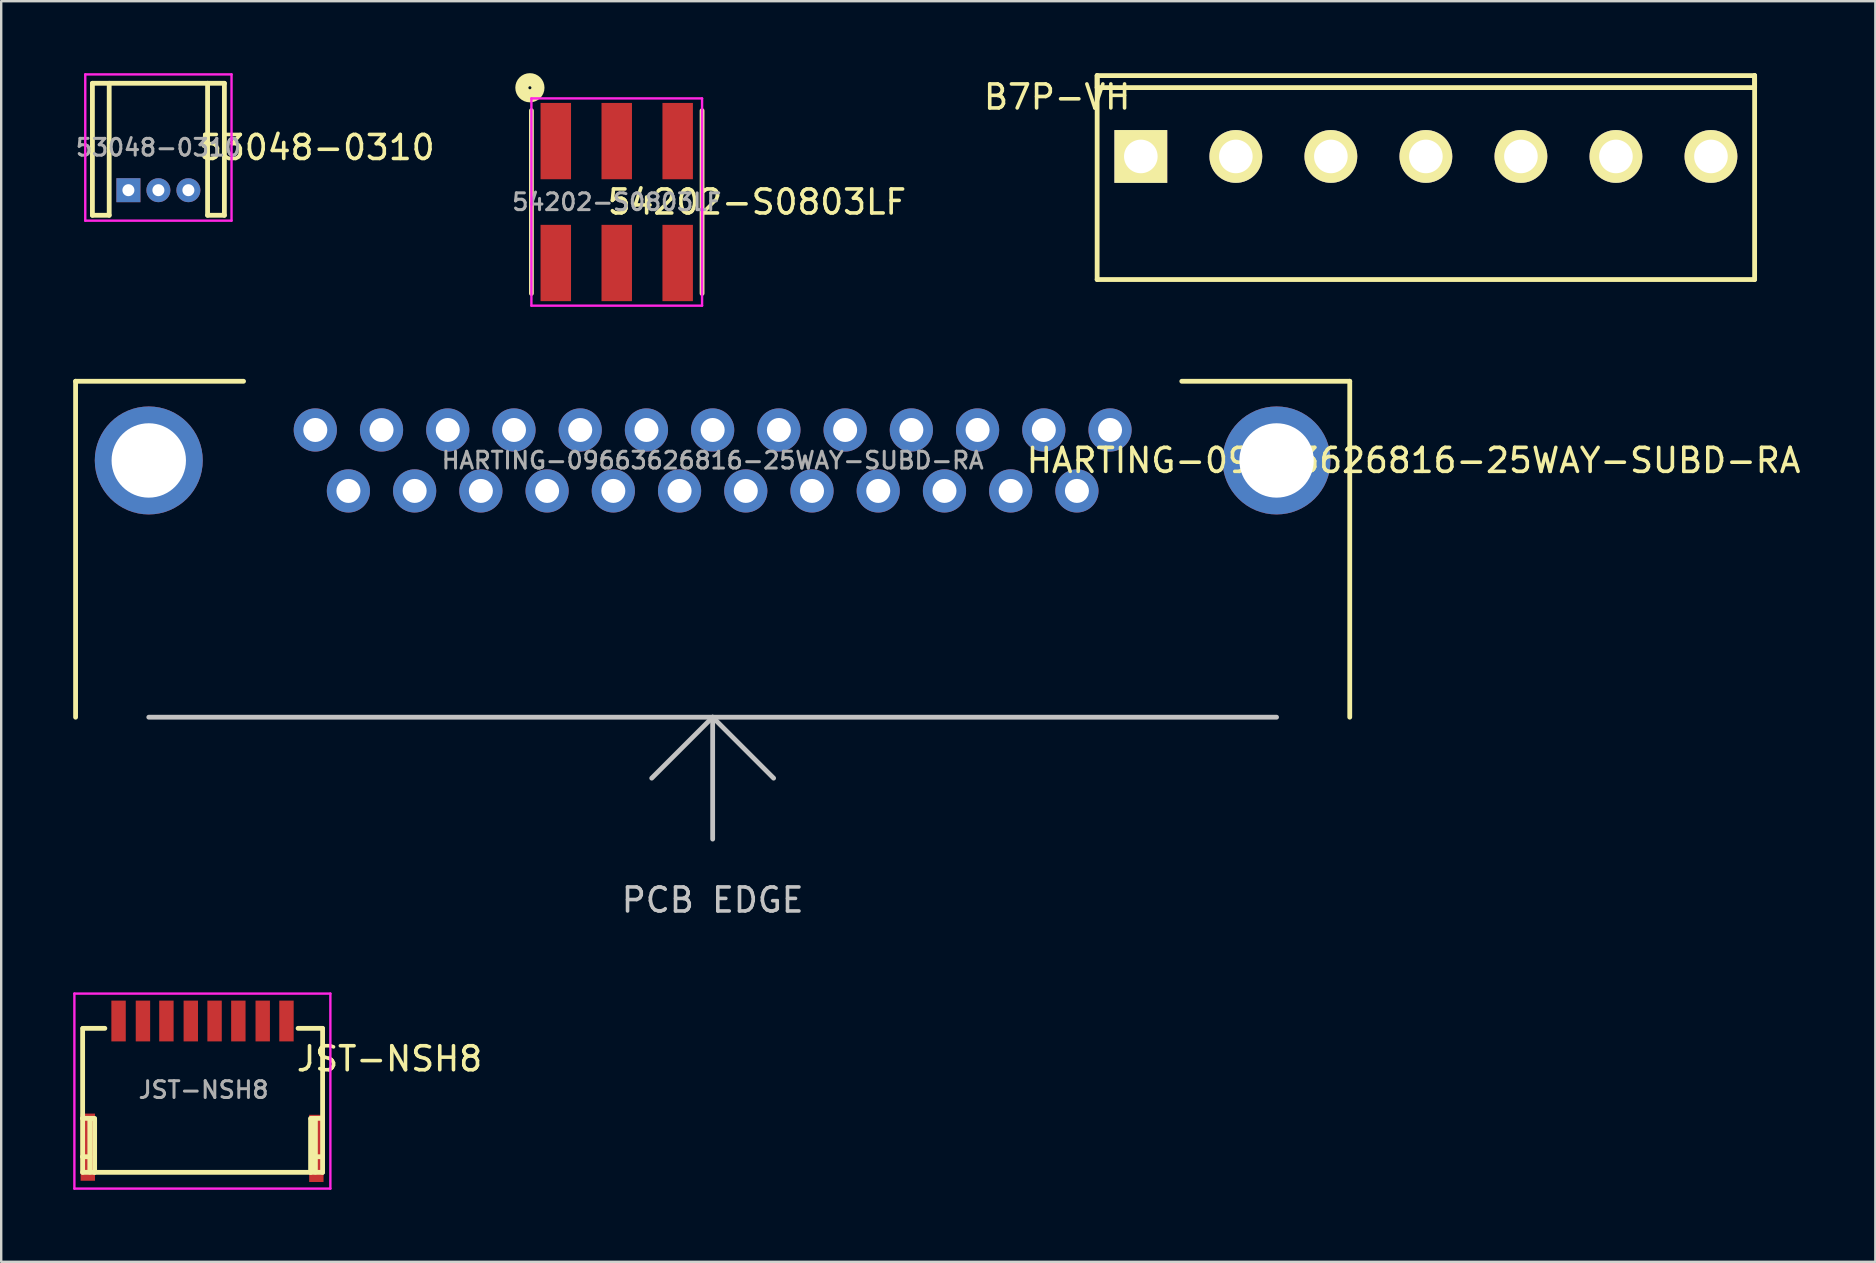
<source format=kicad_pcb>
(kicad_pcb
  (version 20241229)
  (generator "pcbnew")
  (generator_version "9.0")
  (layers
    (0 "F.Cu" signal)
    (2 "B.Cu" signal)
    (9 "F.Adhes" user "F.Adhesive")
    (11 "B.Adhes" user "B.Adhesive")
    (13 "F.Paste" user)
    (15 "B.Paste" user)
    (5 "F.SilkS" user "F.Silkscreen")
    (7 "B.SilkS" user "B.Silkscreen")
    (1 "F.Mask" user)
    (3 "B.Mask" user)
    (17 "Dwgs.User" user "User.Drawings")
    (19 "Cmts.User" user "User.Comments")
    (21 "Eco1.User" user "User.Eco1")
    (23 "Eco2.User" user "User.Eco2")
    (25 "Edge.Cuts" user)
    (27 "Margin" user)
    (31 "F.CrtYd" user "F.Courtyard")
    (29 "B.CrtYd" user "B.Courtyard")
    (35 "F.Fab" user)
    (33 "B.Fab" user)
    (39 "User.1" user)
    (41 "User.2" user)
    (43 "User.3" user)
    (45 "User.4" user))
  (footprint "HARTING-09663626816-25WAY-SUBD-RA"
    (layer "F.Cu")
    (at 26.65 16.139)
    (property "Reference" "HARTING-09663626816-25WAY-SUBD-RA" (at 29.21 0 0) (layer "F.SilkS") (effects (font (size 1 1) (thickness 0.15))))
    (attr through_hole)
    (fp_line (start -26.55 -3.3) (end -19.55 -3.3) (stroke (width 0.2) (type solid)) (layer "F.SilkS"))
    (fp_line (start -26.55 10.7) (end -26.55 -3.3) (stroke (width 0.2) (type solid)) (layer "F.SilkS"))
    (fp_line (start 26.55 -3.3) (end 19.55 -3.3) (stroke (width 0.2) (type solid)) (layer "F.SilkS"))
    (fp_line (start 26.55 10.7) (end 26.55 -3.3) (stroke (width 0.2) (type solid)) (layer "F.SilkS"))
    (fp_line (start 0 10.7) (end -2.54 13.24) (stroke (width 0.2) (type solid)) (layer "Dwgs.User"))
    (fp_line (start 0 10.7) (end 0 15.78) (stroke (width 0.2) (type solid)) (layer "Dwgs.User"))
    (fp_line (start 0 10.7) (end 2.54 13.24) (stroke (width 0.2) (type solid)) (layer "Dwgs.User"))
    (fp_line (start 23.5 10.7) (end -23.5 10.7) (stroke (width 0.2) (type solid)) (layer "Dwgs.User"))
    (fp_text user "PCB EDGE" (at 0 18.32 0) (layer "Dwgs.User") (effects (font (size 1 1) (thickness 0.15))))
    (fp_text user "${REFERENCE}" (at 0 0 0) (layer "F.Fab") (effects (font (size 0.7 0.7) (thickness 0.125))))
    (pad "1" thru_hole circle (at -16.56 -1.27) (size 1.8 1.8) (drill 1) (layers "*.Cu" "*.Mask"))
    (pad "2" thru_hole circle (at -13.8 -1.27) (size 1.8 1.8) (drill 1) (layers "*.Cu" "*.Mask"))
    (pad "3" thru_hole circle (at -11.04 -1.27) (size 1.8 1.8) (drill 1) (layers "*.Cu" "*.Mask"))
    (pad "4" thru_hole circle (at -8.28 -1.27) (size 1.8 1.8) (drill 1) (layers "*.Cu" "*.Mask"))
    (pad "5" thru_hole circle (at -5.52 -1.27) (size 1.8 1.8) (drill 1) (layers "*.Cu" "*.Mask"))
    (pad "6" thru_hole circle (at -2.76 -1.27) (size 1.8 1.8) (drill 1) (layers "*.Cu" "*.Mask"))
    (pad "7" thru_hole circle (at 0 -1.27) (size 1.8 1.8) (drill 1) (layers "*.Cu" "*.Mask"))
    (pad "8" thru_hole circle (at 2.76 -1.27) (size 1.8 1.8) (drill 1) (layers "*.Cu" "*.Mask"))
    (pad "9" thru_hole circle (at 5.52 -1.27) (size 1.8 1.8) (drill 1) (layers "*.Cu" "*.Mask"))
    (pad "10" thru_hole circle (at 8.28 -1.27) (size 1.8 1.8) (drill 1) (layers "*.Cu" "*.Mask"))
    (pad "11" thru_hole circle (at 11.04 -1.27) (size 1.8 1.8) (drill 1) (layers "*.Cu" "*.Mask"))
    (pad "12" thru_hole circle (at 13.8 -1.27) (size 1.8 1.8) (drill 1) (layers "*.Cu" "*.Mask"))
    (pad "13" thru_hole circle (at 16.56 -1.27) (size 1.8 1.8) (drill 1) (layers "*.Cu" "*.Mask"))
    (pad "14" thru_hole circle (at -15.18 1.27) (size 1.8 1.8) (drill 1) (layers "*.Cu" "*.Mask"))
    (pad "15" thru_hole circle (at -12.42 1.27) (size 1.8 1.8) (drill 1) (layers "*.Cu" "*.Mask"))
    (pad "16" thru_hole circle (at -9.66 1.27) (size 1.8 1.8) (drill 1) (layers "*.Cu" "*.Mask"))
    (pad "17" thru_hole circle (at -6.9 1.27) (size 1.8 1.8) (drill 1) (layers "*.Cu" "*.Mask"))
    (pad "18" thru_hole circle (at -4.14 1.27) (size 1.8 1.8) (drill 1) (layers "*.Cu" "*.Mask"))
    (pad "19" thru_hole circle (at -1.38 1.27) (size 1.8 1.8) (drill 1) (layers "*.Cu" "*.Mask"))
    (pad "20" thru_hole circle (at 1.38 1.27) (size 1.8 1.8) (drill 1) (layers "*.Cu" "*.Mask"))
    (pad "21" thru_hole circle (at 4.14 1.27) (size 1.8 1.8) (drill 1) (layers "*.Cu" "*.Mask"))
    (pad "22" thru_hole circle (at 6.9 1.27) (size 1.8 1.8) (drill 1) (layers "*.Cu" "*.Mask"))
    (pad "23" thru_hole circle (at 9.66 1.27) (size 1.8 1.8) (drill 1) (layers "*.Cu" "*.Mask"))
    (pad "24" thru_hole circle (at 12.42 1.27) (size 1.8 1.8) (drill 1) (layers "*.Cu" "*.Mask"))
    (pad "25" thru_hole circle (at 15.18 1.27) (size 1.8 1.8) (drill 1) (layers "*.Cu" "*.Mask"))
    (pad "26" thru_hole circle (at -23.5 0) (size 4.5 4.5) (drill 3.1) (layers "*.Cu" "*.Mask"))
    (pad "27" thru_hole circle (at 23.5 0) (size 4.5 4.5) (drill 3.1) (layers "*.Cu" "*.Mask")))
  (footprint "B7P-VH"
    (layer "F.Cu")
    (at 56.373 3.47)
    (property "Reference" "B7P-VH" (at -15.367 -2.477 0) (layer "F.SilkS") (effects (font (size 1 1) (thickness 0.15))))
    (attr through_hole)
    (fp_line (start -13.7 -3.37) (end -13.7 -2.87) (stroke (width 0.2) (type solid)) (layer "F.SilkS"))
    (fp_line (start -13.7 -3.37) (end -13.7 5.13) (stroke (width 0.2) (type solid)) (layer "F.SilkS"))
    (fp_line (start -13.7 -3.37) (end 13.7 -3.37) (stroke (width 0.2) (type solid)) (layer "F.SilkS"))
    (fp_line (start -13.7 -2.87) (end 13.7 -2.87) (stroke (width 0.2) (type solid)) (layer "F.SilkS"))
    (fp_line (start -13.7 5.13) (end 13.7 5.13) (stroke (width 0.2) (type solid)) (layer "F.SilkS"))
    (fp_line (start 13.7 -2.87) (end 13.7 -3.37) (stroke (width 0.2) (type solid)) (layer "F.SilkS"))
    (fp_line (start 13.7 5.13) (end 13.7 -3.37) (stroke (width 0.2) (type solid)) (layer "F.SilkS"))
    (pad "1" thru_hole rect (at -11.88 0) (size 2.2 2.2) (drill 1.4) (layers "*.Cu" "*.Mask" "F.SilkS"))
    (pad "2" thru_hole circle (at -7.92 0) (size 2.2 2.2) (drill 1.4) (layers "*.Cu" "*.Mask" "F.SilkS"))
    (pad "3" thru_hole circle (at -3.96 0) (size 2.2 2.2) (drill 1.4) (layers "*.Cu" "*.Mask" "F.SilkS"))
    (pad "4" thru_hole circle (at 0 0) (size 2.2 2.2) (drill 1.4) (layers "*.Cu" "*.Mask" "F.SilkS"))
    (pad "5" thru_hole circle (at 3.96 0) (size 2.2 2.2) (drill 1.4) (layers "*.Cu" "*.Mask" "F.SilkS"))
    (pad "6" thru_hole circle (at 7.92 0) (size 2.2 2.2) (drill 1.4) (layers "*.Cu" "*.Mask" "F.SilkS"))
    (pad "7" thru_hole circle (at 11.88 0) (size 2.2 2.2) (drill 1.4) (layers "*.Cu" "*.Mask" "F.SilkS")))
  (footprint "53048-0310"
    (layer "F.Cu")
    (at 3.551 4.876)
    (property "Reference" "53048-0310" (at 6.604 -1.778 0) (layer "F.SilkS") (effects (font (size 1 1) (thickness 0.15))))
    (attr through_hole)
    (fp_line (start -2.75 -4.455) (end -2.05 -4.455) (stroke (width 0.2) (type solid)) (layer "F.SilkS"))
    (fp_line (start -2.75 1.045) (end -2.75 -4.455) (stroke (width 0.2) (type solid)) (layer "F.SilkS"))
    (fp_line (start -2.75 1.045) (end -2.05 1.045) (stroke (width 0.2) (type solid)) (layer "F.SilkS"))
    (fp_line (start -2.05 1.045) (end -2.05 -4.455) (stroke (width 0.2) (type solid)) (layer "F.SilkS"))
    (fp_line (start 2.05 -4.455) (end -2.05 -4.455) (stroke (width 0.2) (type solid)) (layer "F.SilkS"))
    (fp_line (start 2.05 -4.455) (end 2.75 -4.455) (stroke (width 0.2) (type solid)) (layer "F.SilkS"))
    (fp_line (start 2.05 1.045) (end 2.05 -4.455) (stroke (width 0.2) (type solid)) (layer "F.SilkS"))
    (fp_line (start 2.05 1.045) (end 2.75 1.045) (stroke (width 0.2) (type solid)) (layer "F.SilkS"))
    (fp_line (start 2.75 1.045) (end 2.75 -4.455) (stroke (width 0.2) (type solid)) (layer "F.SilkS"))
    (fp_line (start -3.048 -4.826) (end -3.048 1.27) (stroke (width 0.1) (type solid)) (layer "F.CrtYd"))
    (fp_line (start -3.048 1.27) (end 3.048 1.27) (stroke (width 0.1) (type solid)) (layer "F.CrtYd"))
    (fp_line (start 3.048 -4.826) (end -3.048 -4.826) (stroke (width 0.1) (type solid)) (layer "F.CrtYd"))
    (fp_line (start 3.048 1.27) (end 3.048 -4.826) (stroke (width 0.1) (type solid)) (layer "F.CrtYd"))
    (fp_text user "${REFERENCE}" (at 0 -1.778 0) (layer "F.Fab") (effects (font (size 0.7 0.7) (thickness 0.125))))
    (pad "1" thru_hole rect (at -1.25 0) (size 1 1) (drill 0.5) (layers "*.Cu" "*.Mask"))
    (pad "2" thru_hole circle (at 0 0) (size 1 1) (drill 0.5) (layers "*.Cu" "*.Mask"))
    (pad "3" thru_hole circle (at 1.25 0) (size 1 1) (drill 0.5) (layers "*.Cu" "*.Mask")))
  (footprint "54202-S0803LF"
    (layer "F.Cu")
    (at 22.652 5.37)
    (property "Reference" "54202-S0803LF" (at 5.842 0 0) (layer "F.SilkS") (effects (font (size 1 1) (thickness 0.15))))
    (attr through_hole)
    (fp_line (start -3.556 -3.81) (end -3.556 3.81) (stroke (width 0.2) (type solid)) (layer "F.SilkS"))
    (fp_line (start 3.556 -3.81) (end 3.556 3.81) (stroke (width 0.2) (type solid)) (layer "F.SilkS"))
    (fp_circle (center -3.619 -4.763) (end -3.556 -4.763) (stroke (width 0.2) (type solid)) (fill no) (layer "F.SilkS"))
    (fp_circle (center -3.619 -4.763) (end -3.365 -4.763) (stroke (width 0.2) (type solid)) (fill no) (layer "F.SilkS"))
    (fp_circle (center -3.619 -4.763) (end -3.239 -4.763) (stroke (width 0.2) (type solid)) (fill no) (layer "F.SilkS"))
    (fp_circle (center -3.619 -4.763) (end -3.111 -4.763) (stroke (width 0.2) (type solid)) (fill no) (layer "F.SilkS"))
    (fp_line (start -3.556 -4.318) (end -3.556 4.318) (stroke (width 0.1) (type solid)) (layer "F.CrtYd"))
    (fp_line (start -3.556 4.318) (end 3.556 4.318) (stroke (width 0.1) (type solid)) (layer "F.CrtYd"))
    (fp_line (start 3.556 -4.318) (end -3.556 -4.318) (stroke (width 0.1) (type solid)) (layer "F.CrtYd"))
    (fp_line (start 3.556 4.318) (end 3.556 -4.318) (stroke (width 0.1) (type solid)) (layer "F.CrtYd"))
    (fp_text user "${REFERENCE}" (at 0 0 0) (layer "F.Fab") (effects (font (size 0.7 0.7) (thickness 0.125))))
    (pad "1" smd rect (at -2.54 -2.54) (size 1.27 3.18) (layers "F.Cu" "F.Mask" "F.Paste"))
    (pad "2" smd rect (at -2.54 2.54) (size 1.27 3.18) (layers "F.Cu" "F.Mask" "F.Paste"))
    (pad "3" smd rect (at 0 -2.54) (size 1.27 3.18) (layers "F.Cu" "F.Mask" "F.Paste"))
    (pad "4" smd rect (at 0 2.54) (size 1.27 3.18) (layers "F.Cu" "F.Mask" "F.Paste"))
    (pad "5" smd rect (at 2.54 -2.54) (size 1.27 3.18) (layers "F.Cu" "F.Mask" "F.Paste"))
    (pad "6" smd rect (at 2.54 2.54) (size 1.27 3.18) (layers "F.Cu" "F.Mask" "F.Paste")))
  (footprint "JST-NSH8"
    (layer "F.Cu")
    (at 5.384 42.421)
    (property "Reference" "JST-NSH8" (at 7.798 -1.346 0) (layer "F.SilkS") (effects (font (size 1 1) (thickness 0.15))))
    (attr through_hole)
    (fp_line (start -4.99 1.136) (end -4.99 -2.614) (stroke (width 0.2) (type solid)) (layer "F.SilkS"))
    (fp_line (start -4.99 1.136) (end -4.99 2.736) (stroke (width 0.2) (type solid)) (layer "F.SilkS"))
    (fp_line (start -4.99 2.736) (end -4.99 3.386) (stroke (width 0.2) (type solid)) (layer "F.SilkS"))
    (fp_line (start -4.978 -2.616) (end -4.064 -2.616) (stroke (width 0.2) (type solid)) (layer "F.SilkS"))
    (fp_line (start -4.691 1.176) (end -4.691 3.376) (stroke (width 0.2) (type solid)) (layer "F.SilkS"))
    (fp_line (start -4.691 1.176) (end -4.49 1.176) (stroke (width 0.1) (type solid)) (layer "F.SilkS"))
    (fp_line (start -4.691 1.176) (end -4.49 1.176) (stroke (width 0.1) (type solid)) (layer "F.SilkS"))
    (fp_line (start -4.691 2.736) (end -4.99 2.736) (stroke (width 0.2) (type solid)) (layer "F.SilkS"))
    (fp_line (start -4.691 3.376) (end -4.49 3.376) (stroke (width 0.1) (type solid)) (layer "F.SilkS"))
    (fp_line (start -4.49 1.136) (end -4.99 1.136) (stroke (width 0.2) (type solid)) (layer "F.SilkS"))
    (fp_line (start -4.49 1.176) (end -4.49 1.136) (stroke (width 0.1) (type solid)) (layer "F.SilkS"))
    (fp_line (start -4.49 1.176) (end -4.49 3.376) (stroke (width 0.2) (type solid)) (layer "F.SilkS"))
    (fp_line (start -4.49 3.386) (end -4.99 3.386) (stroke (width 0.2) (type solid)) (layer "F.SilkS"))
    (fp_line (start -4.49 3.386) (end -4.49 3.376) (stroke (width 0.1) (type solid)) (layer "F.SilkS"))
    (fp_line (start 4.51 1.136) (end 5.01 1.136) (stroke (width 0.2) (type solid)) (layer "F.SilkS"))
    (fp_line (start 4.51 1.176) (end 4.51 1.136) (stroke (width 0.1) (type solid)) (layer "F.SilkS"))
    (fp_line (start 4.51 1.176) (end 4.51 3.376) (stroke (width 0.2) (type solid)) (layer "F.SilkS"))
    (fp_line (start 4.51 3.376) (end 4.51 3.386) (stroke (width 0.1) (type solid)) (layer "F.SilkS"))
    (fp_line (start 4.51 3.386) (end -4.49 3.386) (stroke (width 0.2) (type solid)) (layer "F.SilkS"))
    (fp_line (start 4.51 3.386) (end 4.51 3.376) (stroke (width 0.1) (type solid)) (layer "F.SilkS"))
    (fp_line (start 4.51 3.386) (end 5.01 3.386) (stroke (width 0.2) (type solid)) (layer "F.SilkS"))
    (fp_line (start 4.71 1.176) (end 4.51 1.176) (stroke (width 0.1) (type solid)) (layer "F.SilkS"))
    (fp_line (start 4.71 1.176) (end 4.71 3.376) (stroke (width 0.1) (type solid)) (layer "F.SilkS"))
    (fp_line (start 4.71 2.736) (end 4.71 1.176) (stroke (width 0.2) (type solid)) (layer "F.SilkS"))
    (fp_line (start 4.71 2.736) (end 5.01 2.736) (stroke (width 0.2) (type solid)) (layer "F.SilkS"))
    (fp_line (start 4.71 3.376) (end 4.51 3.376) (stroke (width 0.1) (type solid)) (layer "F.SilkS"))
    (fp_line (start 4.71 3.376) (end 4.71 2.736) (stroke (width 0.2) (type solid)) (layer "F.SilkS"))
    (fp_line (start 5.004 -2.616) (end 3.988 -2.616) (stroke (width 0.2) (type solid)) (layer "F.SilkS"))
    (fp_line (start 5.01 1.136) (end 5.01 -2.614) (stroke (width 0.2) (type solid)) (layer "F.SilkS"))
    (fp_line (start 5.01 1.136) (end 5.01 2.736) (stroke (width 0.2) (type solid)) (layer "F.SilkS"))
    (fp_line (start 5.01 2.736) (end 5.01 3.386) (stroke (width 0.2) (type solid)) (layer "F.SilkS"))
    (fp_line (start -5.334 -4.064) (end -5.334 4.064) (stroke (width 0.1) (type solid)) (layer "F.CrtYd"))
    (fp_line (start -5.334 4.064) (end 5.334 4.064) (stroke (width 0.1) (type solid)) (layer "F.CrtYd"))
    (fp_line (start 5.334 -4.064) (end -5.334 -4.064) (stroke (width 0.1) (type solid)) (layer "F.CrtYd"))
    (fp_line (start 5.334 4.064) (end 5.334 -4.064) (stroke (width 0.1) (type solid)) (layer "F.CrtYd"))
    (fp_text user "${REFERENCE}" (at 0.051 -0.051 0) (layer "F.Fab") (effects (font (size 0.7 0.7) (thickness 0.125))))
    (pad "1" smd rect (at -3.493 -2.921) (size 0.6 1.7) (layers "F.Cu" "F.Mask" "F.Paste"))
    (pad "2" smd rect (at -2.477 -2.921) (size 0.6 1.7) (layers "F.Cu" "F.Mask" "F.Paste"))
    (pad "3" smd rect (at -1.499 -2.921) (size 0.6 1.7) (layers "F.Cu" "F.Mask" "F.Paste"))
    (pad "4" smd rect (at -0.483 -2.921) (size 0.6 1.7) (layers "F.Cu" "F.Mask" "F.Paste"))
    (pad "5" smd rect (at 0.508 -2.921) (size 0.6 1.7) (layers "F.Cu" "F.Mask" "F.Paste"))
    (pad "6" smd rect (at 1.499 -2.921) (size 0.6 1.7) (layers "F.Cu" "F.Mask" "F.Paste"))
    (pad "7" smd rect (at 2.515 -2.921) (size 0.6 1.7) (layers "F.Cu" "F.Mask" "F.Paste"))
    (pad "8" smd rect (at 3.505 -2.921) (size 0.6 1.7) (layers "F.Cu" "F.Mask" "F.Paste"))
    (pad "9" smd rect (at -4.775 2.337) (size 0.6 2.8) (layers "F.Cu" "F.Mask" "F.Paste"))
    (pad "10" smd rect (at 4.75 2.388) (size 0.6 2.8) (layers "F.Cu" "F.Mask" "F.Paste")))
  (gr_rect
    (start -3 -3)
    (end 75.104 49.535)
    (stroke (width 0.1) (type default))
    (fill no)
    (layer "Edge.Cuts")))
</source>
